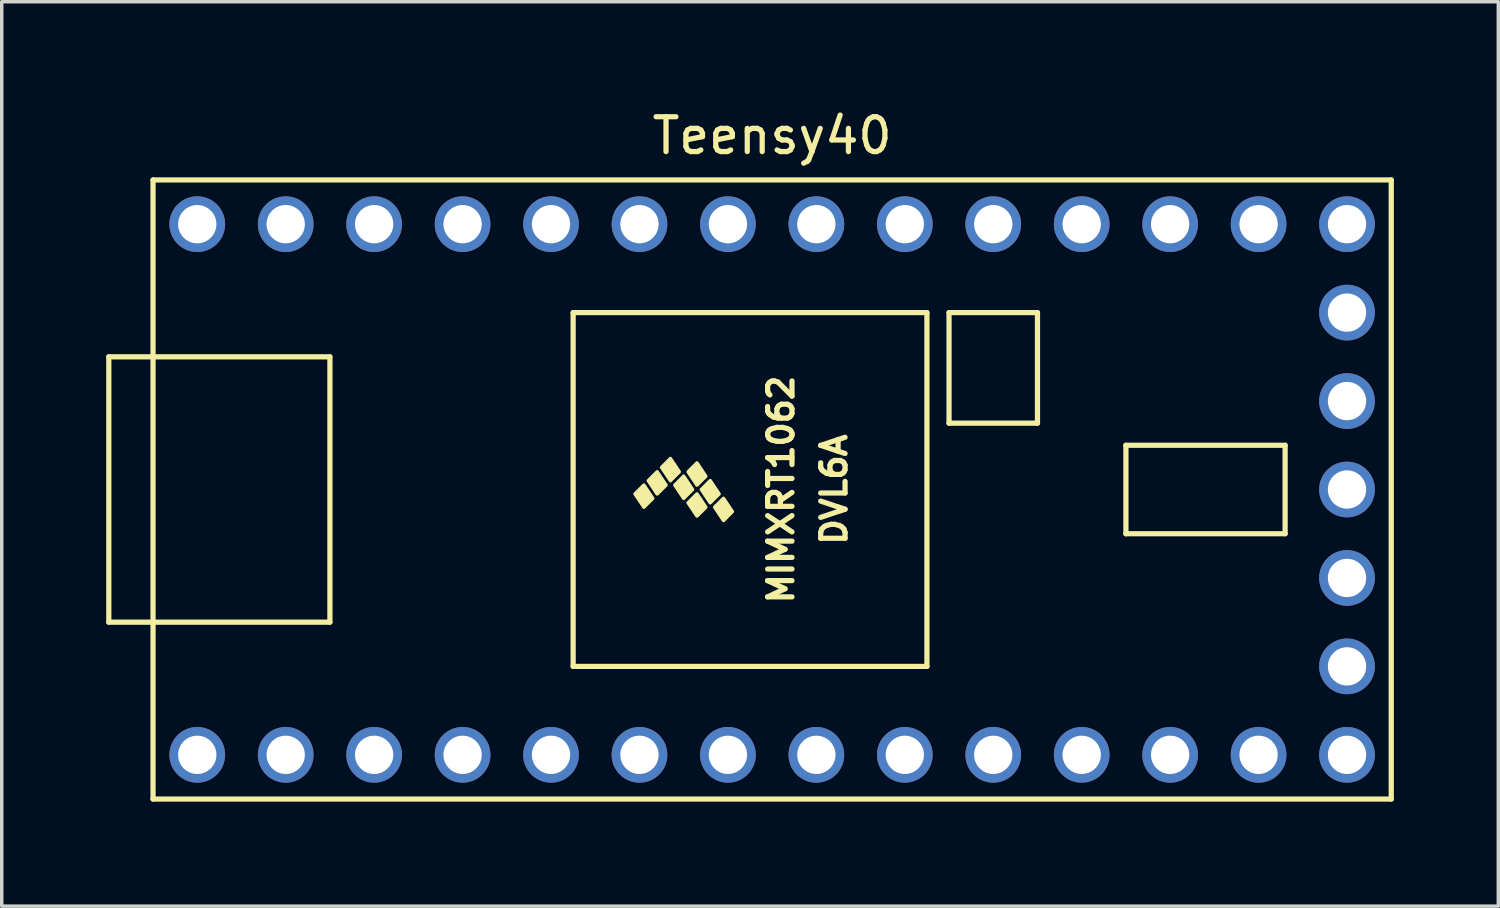
<source format=kicad_pcb>
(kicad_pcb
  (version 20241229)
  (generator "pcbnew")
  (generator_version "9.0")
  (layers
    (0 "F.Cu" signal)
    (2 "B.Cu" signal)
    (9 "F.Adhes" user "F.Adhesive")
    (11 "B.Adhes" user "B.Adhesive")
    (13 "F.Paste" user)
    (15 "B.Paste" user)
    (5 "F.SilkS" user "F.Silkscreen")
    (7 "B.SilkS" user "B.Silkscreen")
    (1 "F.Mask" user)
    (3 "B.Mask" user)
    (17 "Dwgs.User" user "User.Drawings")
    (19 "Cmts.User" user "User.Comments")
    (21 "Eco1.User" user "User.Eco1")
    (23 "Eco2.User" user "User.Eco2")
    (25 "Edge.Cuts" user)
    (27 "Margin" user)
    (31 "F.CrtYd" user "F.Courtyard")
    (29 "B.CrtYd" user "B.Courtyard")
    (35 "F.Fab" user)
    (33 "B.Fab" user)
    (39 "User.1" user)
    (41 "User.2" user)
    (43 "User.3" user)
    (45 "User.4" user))
  (footprint "Teensy40"
    (layer "F.Cu")
    (at 19.125 11.008)
    (property "Reference" "Teensy40" (at 0 -10.16 0) (layer "F.SilkS") (effects (font (size 1 1) (thickness 0.15))))
    (attr through_hole)
    (fp_line (start -19.05 -3.81) (end -17.78 -3.81) (stroke (width 0.15) (type solid)) (layer "F.SilkS"))
    (fp_line (start -19.05 3.81) (end -19.05 -3.81) (stroke (width 0.15) (type solid)) (layer "F.SilkS"))
    (fp_line (start -17.78 -8.89) (end 17.78 -8.89) (stroke (width 0.15) (type solid)) (layer "F.SilkS"))
    (fp_line (start -17.78 3.81) (end -19.05 3.81) (stroke (width 0.15) (type solid)) (layer "F.SilkS"))
    (fp_line (start -17.78 8.89) (end -17.78 -8.89) (stroke (width 0.15) (type solid)) (layer "F.SilkS"))
    (fp_line (start -12.7 -3.81) (end -17.78 -3.81) (stroke (width 0.15) (type solid)) (layer "F.SilkS"))
    (fp_line (start -12.7 3.81) (end -17.78 3.81) (stroke (width 0.15) (type solid)) (layer "F.SilkS"))
    (fp_line (start -12.7 3.81) (end -12.7 -3.81) (stroke (width 0.15) (type solid)) (layer "F.SilkS"))
    (fp_line (start -5.715 -5.08) (end -5.715 5.08) (stroke (width 0.15) (type solid)) (layer "F.SilkS"))
    (fp_line (start 4.445 -5.08) (end -5.715 -5.08) (stroke (width 0.15) (type solid)) (layer "F.SilkS"))
    (fp_line (start 4.445 5.08) (end -5.715 5.08) (stroke (width 0.15) (type solid)) (layer "F.SilkS"))
    (fp_line (start 4.445 5.08) (end 4.445 -5.08) (stroke (width 0.15) (type solid)) (layer "F.SilkS"))
    (fp_line (start 5.08 -5.08) (end 7.62 -5.08) (stroke (width 0.15) (type solid)) (layer "F.SilkS"))
    (fp_line (start 5.08 -1.905) (end 5.08 -5.08) (stroke (width 0.15) (type solid)) (layer "F.SilkS"))
    (fp_line (start 7.62 -5.08) (end 7.62 -1.905) (stroke (width 0.15) (type solid)) (layer "F.SilkS"))
    (fp_line (start 7.62 -1.905) (end 5.08 -1.905) (stroke (width 0.15) (type solid)) (layer "F.SilkS"))
    (fp_line (start 10.16 -1.27) (end 14.732 -1.27) (stroke (width 0.15) (type solid)) (layer "F.SilkS"))
    (fp_line (start 10.16 1.27) (end 10.16 -1.27) (stroke (width 0.15) (type solid)) (layer "F.SilkS"))
    (fp_line (start 14.732 -1.27) (end 14.732 1.27) (stroke (width 0.15) (type solid)) (layer "F.SilkS"))
    (fp_line (start 14.732 1.27) (end 10.16 1.27) (stroke (width 0.15) (type solid)) (layer "F.SilkS"))
    (fp_line (start 17.78 -8.89) (end 17.78 8.89) (stroke (width 0.15) (type solid)) (layer "F.SilkS"))
    (fp_line (start 17.78 8.89) (end -17.78 8.89) (stroke (width 0.15) (type solid)) (layer "F.SilkS"))
    (fp_poly (pts (xy -3.937 0.127) (xy -3.683 -0.127) (xy -3.429 0.254) (xy -3.683 0.508)) (stroke (width 0.1) (type solid)) (fill yes) (layer "F.SilkS"))
    (fp_poly (pts (xy -3.556 -0.254) (xy -3.302 -0.508) (xy -3.048 -0.127) (xy -3.302 0.127)) (stroke (width 0.1) (type solid)) (fill yes) (layer "F.SilkS"))
    (fp_poly (pts (xy -3.175 -0.635) (xy -2.921 -0.889) (xy -2.667 -0.508) (xy -2.921 -0.254)) (stroke (width 0.1) (type solid)) (fill yes) (layer "F.SilkS"))
    (fp_poly (pts (xy -2.794 -0.127) (xy -2.54 -0.381) (xy -2.286 0) (xy -2.54 0.254)) (stroke (width 0.1) (type solid)) (fill yes) (layer "F.SilkS"))
    (fp_poly (pts (xy -2.413 -0.508) (xy -2.159 -0.762) (xy -1.905 -0.381) (xy -2.159 -0.127)) (stroke (width 0.1) (type solid)) (fill yes) (layer "F.SilkS"))
    (fp_poly (pts (xy -2.413 0.381) (xy -2.159 0.127) (xy -1.905 0.508) (xy -2.159 0.762)) (stroke (width 0.1) (type solid)) (fill yes) (layer "F.SilkS"))
    (fp_poly (pts (xy -2.032 0) (xy -1.778 -0.254) (xy -1.524 0.127) (xy -1.778 0.381)) (stroke (width 0.1) (type solid)) (fill yes) (layer "F.SilkS"))
    (fp_poly (pts (xy -1.651 0.508) (xy -1.397 0.254) (xy -1.143 0.635) (xy -1.397 0.889)) (stroke (width 0.1) (type solid)) (fill yes) (layer "F.SilkS"))
    (fp_text user "DVL6A" (at 1.778 0 90) (layer "F.SilkS") (effects (font (size 0.7 0.7) (thickness 0.15))))
    (fp_text user "MIMXRT1062" (at 0.254 0 90) (layer "F.SilkS") (effects (font (size 0.7 0.7) (thickness 0.15))))
    (pad "1" thru_hole circle (at -16.51 7.62) (size 1.6 1.6) (drill 1.1) (layers "*.Cu" "*.Mask"))
    (pad "2" thru_hole circle (at -13.97 7.62) (size 1.6 1.6) (drill 1.1) (layers "*.Cu" "*.Mask"))
    (pad "3" thru_hole circle (at -11.43 7.62) (size 1.6 1.6) (drill 1.1) (layers "*.Cu" "*.Mask"))
    (pad "4" thru_hole circle (at -8.89 7.62) (size 1.6 1.6) (drill 1.1) (layers "*.Cu" "*.Mask"))
    (pad "5" thru_hole circle (at -6.35 7.62) (size 1.6 1.6) (drill 1.1) (layers "*.Cu" "*.Mask"))
    (pad "6" thru_hole circle (at -3.81 7.62) (size 1.6 1.6) (drill 1.1) (layers "*.Cu" "*.Mask"))
    (pad "7" thru_hole circle (at -1.27 7.62) (size 1.6 1.6) (drill 1.1) (layers "*.Cu" "*.Mask"))
    (pad "8" thru_hole circle (at 1.27 7.62) (size 1.6 1.6) (drill 1.1) (layers "*.Cu" "*.Mask"))
    (pad "9" thru_hole circle (at 3.81 7.62) (size 1.6 1.6) (drill 1.1) (layers "*.Cu" "*.Mask"))
    (pad "10" thru_hole circle (at 6.35 7.62) (size 1.6 1.6) (drill 1.1) (layers "*.Cu" "*.Mask"))
    (pad "11" thru_hole circle (at 8.89 7.62) (size 1.6 1.6) (drill 1.1) (layers "*.Cu" "*.Mask"))
    (pad "12" thru_hole circle (at 11.43 7.62) (size 1.6 1.6) (drill 1.1) (layers "*.Cu" "*.Mask"))
    (pad "13" thru_hole circle (at 13.97 7.62) (size 1.6 1.6) (drill 1.1) (layers "*.Cu" "*.Mask"))
    (pad "14" thru_hole circle (at 16.51 7.62) (size 1.6 1.6) (drill 1.1) (layers "*.Cu" "*.Mask"))
    (pad "15" thru_hole circle (at 16.51 5.08) (size 1.6 1.6) (drill 1.1) (layers "*.Cu" "*.Mask"))
    (pad "16" thru_hole circle (at 16.51 2.54) (size 1.6 1.6) (drill 1.1) (layers "*.Cu" "*.Mask"))
    (pad "17" thru_hole circle (at 16.51 0) (size 1.6 1.6) (drill 1.1) (layers "*.Cu" "*.Mask"))
    (pad "18" thru_hole circle (at 16.51 -2.54) (size 1.6 1.6) (drill 1.1) (layers "*.Cu" "*.Mask"))
    (pad "19" thru_hole circle (at 16.51 -5.08) (size 1.6 1.6) (drill 1.1) (layers "*.Cu" "*.Mask"))
    (pad "20" thru_hole circle (at 16.51 -7.62) (size 1.6 1.6) (drill 1.1) (layers "*.Cu" "*.Mask"))
    (pad "21" thru_hole circle (at 13.97 -7.62) (size 1.6 1.6) (drill 1.1) (layers "*.Cu" "*.Mask"))
    (pad "22" thru_hole circle (at 11.43 -7.62) (size 1.6 1.6) (drill 1.1) (layers "*.Cu" "*.Mask"))
    (pad "23" thru_hole circle (at 8.89 -7.62) (size 1.6 1.6) (drill 1.1) (layers "*.Cu" "*.Mask"))
    (pad "24" thru_hole circle (at 6.35 -7.62) (size 1.6 1.6) (drill 1.1) (layers "*.Cu" "*.Mask"))
    (pad "25" thru_hole circle (at 3.81 -7.62) (size 1.6 1.6) (drill 1.1) (layers "*.Cu" "*.Mask"))
    (pad "26" thru_hole circle (at 1.27 -7.62) (size 1.6 1.6) (drill 1.1) (layers "*.Cu" "*.Mask"))
    (pad "27" thru_hole circle (at -1.27 -7.62) (size 1.6 1.6) (drill 1.1) (layers "*.Cu" "*.Mask"))
    (pad "28" thru_hole circle (at -3.81 -7.62) (size 1.6 1.6) (drill 1.1) (layers "*.Cu" "*.Mask"))
    (pad "29" thru_hole circle (at -6.35 -7.62) (size 1.6 1.6) (drill 1.1) (layers "*.Cu" "*.Mask"))
    (pad "30" thru_hole circle (at -8.89 -7.62) (size 1.6 1.6) (drill 1.1) (layers "*.Cu" "*.Mask"))
    (pad "31" thru_hole circle (at -11.43 -7.62) (size 1.6 1.6) (drill 1.1) (layers "*.Cu" "*.Mask"))
    (pad "32" thru_hole circle (at -13.97 -7.62) (size 1.6 1.6) (drill 1.1) (layers "*.Cu" "*.Mask"))
    (pad "33" thru_hole circle (at -16.51 -7.62) (size 1.6 1.6) (drill 1.1) (layers "*.Cu" "*.Mask")))
  (gr_rect
    (start -3 -3)
    (end 39.98 22.973)
    (stroke (width 0.1) (type default))
    (fill no)
    (layer "Edge.Cuts")))
</source>
